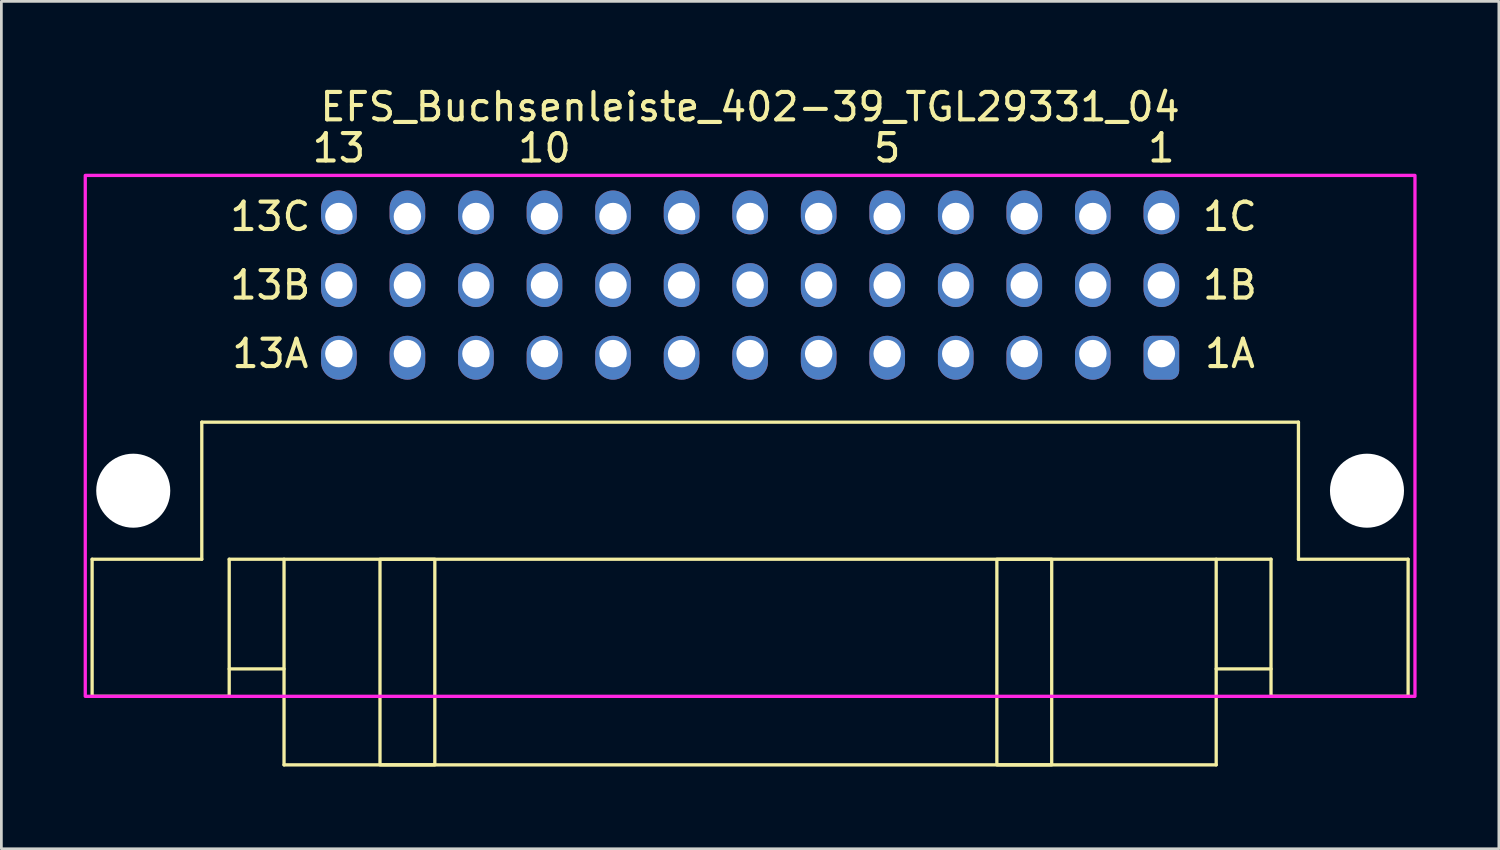
<source format=kicad_pcb>
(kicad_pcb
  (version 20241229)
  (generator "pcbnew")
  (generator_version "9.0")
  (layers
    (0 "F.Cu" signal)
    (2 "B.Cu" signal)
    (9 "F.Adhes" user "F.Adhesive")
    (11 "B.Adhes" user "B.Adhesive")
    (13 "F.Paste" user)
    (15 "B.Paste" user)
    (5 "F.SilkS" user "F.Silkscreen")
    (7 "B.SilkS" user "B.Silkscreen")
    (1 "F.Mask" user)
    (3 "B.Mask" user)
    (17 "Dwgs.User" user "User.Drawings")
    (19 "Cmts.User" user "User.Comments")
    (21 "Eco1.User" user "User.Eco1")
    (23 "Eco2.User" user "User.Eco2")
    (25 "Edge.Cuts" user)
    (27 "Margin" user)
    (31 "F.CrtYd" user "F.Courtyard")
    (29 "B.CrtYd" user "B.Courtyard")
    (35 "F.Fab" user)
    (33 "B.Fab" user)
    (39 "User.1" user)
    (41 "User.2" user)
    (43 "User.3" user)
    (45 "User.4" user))
  (footprint "EFS_Buchsenleiste_402-39_TGL29331_04"
    (layer "F.Cu")
    (at 24.31 22.348)
    (property "Reference" "EFS_Buchsenleiste_402-39_TGL29331_04" (at 0 -21.5 0) (layer "F.SilkS") (effects (font (size 1 1) (thickness 0.15))))
    (attr through_hole)
    (fp_line (start -24 -5) (end -24 0) (stroke (width 0.12) (type solid)) (layer "F.SilkS"))
    (fp_line (start -24 -5) (end -20 -5) (stroke (width 0.12) (type solid)) (layer "F.SilkS"))
    (fp_line (start -24 0) (end -19 0) (stroke (width 0.12) (type solid)) (layer "F.SilkS"))
    (fp_line (start -20 -10) (end -20 -5) (stroke (width 0.12) (type solid)) (layer "F.SilkS"))
    (fp_line (start -19 -5) (end -19 0) (stroke (width 0.12) (type solid)) (layer "F.SilkS"))
    (fp_line (start -19 -5) (end 19 -5) (stroke (width 0.12) (type solid)) (layer "F.SilkS"))
    (fp_line (start -17 -1) (end -19 -1) (stroke (width 0.12) (type solid)) (layer "F.SilkS"))
    (fp_line (start -17 2.5) (end -17 -5) (stroke (width 0.12) (type solid)) (layer "F.SilkS"))
    (fp_line (start -17 2.5) (end 17 2.5) (stroke (width 0.12) (type solid)) (layer "F.SilkS"))
    (fp_line (start 17 2.5) (end 17 -5) (stroke (width 0.12) (type solid)) (layer "F.SilkS"))
    (fp_line (start 19 -5) (end 19 0) (stroke (width 0.12) (type solid)) (layer "F.SilkS"))
    (fp_line (start 19 -1) (end 17 -1) (stroke (width 0.12) (type solid)) (layer "F.SilkS"))
    (fp_line (start 19 0) (end 24 0) (stroke (width 0.12) (type solid)) (layer "F.SilkS"))
    (fp_line (start 20 -10) (end -20 -10) (stroke (width 0.12) (type solid)) (layer "F.SilkS"))
    (fp_line (start 20 -10) (end 20 -5) (stroke (width 0.12) (type solid)) (layer "F.SilkS"))
    (fp_line (start 20 -5) (end 24 -5) (stroke (width 0.12) (type solid)) (layer "F.SilkS"))
    (fp_line (start 24 -5) (end 24 0) (stroke (width 0.12) (type solid)) (layer "F.SilkS"))
    (fp_rect (start -13.5 -5) (end -11.5 2.5) (stroke (width 0.12) (type solid)) (fill no) (layer "F.SilkS"))
    (fp_rect (start 9 -5) (end 11 2.5) (stroke (width 0.12) (type solid)) (fill no) (layer "F.SilkS"))
    (fp_rect (start -24.25 -19) (end 24.25 0) (stroke (width 0.12) (type solid)) (fill no) (layer "F.CrtYd"))
    (fp_text user "13A" (at -17.5 -12.5 180) (layer "F.SilkS") (effects (font (size 1 1) (thickness 0.15))))
    (fp_text user "10" (at -7.5 -20 180) (layer "F.SilkS") (effects (font (size 1 1) (thickness 0.15))))
    (fp_text user "5" (at 5 -20 180) (layer "F.SilkS") (effects (font (size 1 1) (thickness 0.15))))
    (fp_text user "1A" (at 17.5 -12.5 180) (layer "F.SilkS") (effects (font (size 1 1) (thickness 0.15))))
    (fp_text user "1" (at 15 -20 180) (layer "F.SilkS") (effects (font (size 1 1) (thickness 0.15))))
    (fp_text user "1C" (at 17.5 -17.5 180) (layer "F.SilkS") (effects (font (size 1 1) (thickness 0.15))))
    (fp_text user "1B" (at 17.5 -15 180) (layer "F.SilkS") (effects (font (size 1 1) (thickness 0.15))))
    (fp_text user "13C" (at -17.5 -17.5 180) (layer "F.SilkS") (effects (font (size 1 1) (thickness 0.15))))
    (fp_text user "13" (at -15 -20 180) (layer "F.SilkS") (effects (font (size 1 1) (thickness 0.15))))
    (fp_text user "13B" (at -17.5 -15 180) (layer "F.SilkS") (effects (font (size 1 1) (thickness 0.15))))
    (pad "" np_thru_hole circle (at -22.5 -7.5 180) (size 2.7 2.7) (drill 2.7) (layers "*.Cu" "*.Mask"))
    (pad "" np_thru_hole circle (at 22.5 -7.5 180) (size 2.7 2.7) (drill 2.7) (layers "*.Cu" "*.Mask"))
    (pad "1a" thru_hole roundrect (at 15 -12.5 180) (size 1.3 1.6) (drill 1 (offset 0 -0.15)) (layers "*.Cu" "*.Mask") (roundrect_rratio 0.25))
    (pad "1b" thru_hole oval (at 15 -15 180) (size 1.3 1.6) (drill 1) (layers "*.Cu" "*.Mask"))
    (pad "1c" thru_hole oval (at 15 -17.5 180) (size 1.3 1.6) (drill 1 (offset 0 0.15)) (layers "*.Cu" "*.Mask"))
    (pad "2a" thru_hole oval (at 12.5 -12.5 180) (size 1.3 1.6) (drill 1 (offset 0 -0.15)) (layers "*.Cu" "*.Mask"))
    (pad "2b" thru_hole oval (at 12.5 -15 180) (size 1.3 1.6) (drill 1) (layers "*.Cu" "*.Mask"))
    (pad "2c" thru_hole oval (at 12.5 -17.5 180) (size 1.3 1.6) (drill 1 (offset 0 0.15)) (layers "*.Cu" "*.Mask"))
    (pad "3a" thru_hole oval (at 10 -12.5 180) (size 1.3 1.6) (drill 1 (offset 0 -0.15)) (layers "*.Cu" "*.Mask"))
    (pad "3b" thru_hole oval (at 10 -15 180) (size 1.3 1.6) (drill 1) (layers "*.Cu" "*.Mask"))
    (pad "3c" thru_hole oval (at 10 -17.5 180) (size 1.3 1.6) (drill 1 (offset 0 0.15)) (layers "*.Cu" "*.Mask"))
    (pad "4a" thru_hole oval (at 7.5 -12.5 180) (size 1.3 1.6) (drill 1 (offset 0 -0.15)) (layers "*.Cu" "*.Mask"))
    (pad "4b" thru_hole oval (at 7.5 -15 180) (size 1.3 1.6) (drill 1) (layers "*.Cu" "*.Mask"))
    (pad "4c" thru_hole oval (at 7.5 -17.5 180) (size 1.3 1.6) (drill 1 (offset 0 0.15)) (layers "*.Cu" "*.Mask"))
    (pad "5a" thru_hole oval (at 5 -12.5 180) (size 1.3 1.6) (drill 1 (offset 0 -0.15)) (layers "*.Cu" "*.Mask"))
    (pad "5b" thru_hole oval (at 5 -15 180) (size 1.3 1.6) (drill 1) (layers "*.Cu" "*.Mask"))
    (pad "5c" thru_hole oval (at 5 -17.5 180) (size 1.3 1.6) (drill 1 (offset 0 0.15)) (layers "*.Cu" "*.Mask"))
    (pad "6a" thru_hole oval (at 2.5 -12.5 180) (size 1.3 1.6) (drill 1 (offset 0 -0.15)) (layers "*.Cu" "*.Mask"))
    (pad "6b" thru_hole oval (at 2.5 -15 180) (size 1.3 1.6) (drill 1) (layers "*.Cu" "*.Mask"))
    (pad "6c" thru_hole oval (at 2.5 -17.5 180) (size 1.3 1.6) (drill 1 (offset 0 0.15)) (layers "*.Cu" "*.Mask"))
    (pad "7a" thru_hole oval (at 0 -12.5 180) (size 1.3 1.6) (drill 1 (offset 0 -0.15)) (layers "*.Cu" "*.Mask"))
    (pad "7b" thru_hole oval (at 0 -15 180) (size 1.3 1.6) (drill 1) (layers "*.Cu" "*.Mask"))
    (pad "7c" thru_hole oval (at 0 -17.5 180) (size 1.3 1.6) (drill 1 (offset 0 0.15)) (layers "*.Cu" "*.Mask"))
    (pad "8a" thru_hole oval (at -2.5 -12.5 180) (size 1.3 1.6) (drill 1 (offset 0 -0.15)) (layers "*.Cu" "*.Mask"))
    (pad "8b" thru_hole oval (at -2.5 -15 180) (size 1.3 1.6) (drill 1) (layers "*.Cu" "*.Mask"))
    (pad "8c" thru_hole oval (at -2.5 -17.5 180) (size 1.3 1.6) (drill 1 (offset 0 0.15)) (layers "*.Cu" "*.Mask"))
    (pad "9a" thru_hole oval (at -5 -12.5 180) (size 1.3 1.6) (drill 1 (offset 0 -0.15)) (layers "*.Cu" "*.Mask"))
    (pad "9b" thru_hole oval (at -5 -15 180) (size 1.3 1.6) (drill 1) (layers "*.Cu" "*.Mask"))
    (pad "9c" thru_hole oval (at -5 -17.5 180) (size 1.3 1.6) (drill 1 (offset 0 0.15)) (layers "*.Cu" "*.Mask"))
    (pad "10a" thru_hole oval (at -7.5 -12.5 180) (size 1.3 1.6) (drill 1 (offset 0 -0.15)) (layers "*.Cu" "*.Mask"))
    (pad "10b" thru_hole oval (at -7.5 -15 180) (size 1.3 1.6) (drill 1) (layers "*.Cu" "*.Mask"))
    (pad "10c" thru_hole oval (at -7.5 -17.5 180) (size 1.3 1.6) (drill 1 (offset 0 0.15)) (layers "*.Cu" "*.Mask"))
    (pad "11a" thru_hole oval (at -10 -12.5 180) (size 1.3 1.6) (drill 1 (offset 0 -0.15)) (layers "*.Cu" "*.Mask"))
    (pad "11b" thru_hole oval (at -10 -15 180) (size 1.3 1.6) (drill 1) (layers "*.Cu" "*.Mask"))
    (pad "11c" thru_hole oval (at -10 -17.5 180) (size 1.3 1.6) (drill 1 (offset 0 0.15)) (layers "*.Cu" "*.Mask"))
    (pad "12a" thru_hole oval (at -12.5 -12.5 180) (size 1.3 1.6) (drill 1 (offset 0 -0.15)) (layers "*.Cu" "*.Mask"))
    (pad "12b" thru_hole oval (at -12.5 -15 180) (size 1.3 1.6) (drill 1) (layers "*.Cu" "*.Mask"))
    (pad "12c" thru_hole oval (at -12.5 -17.5 180) (size 1.3 1.6) (drill 1 (offset 0 0.15)) (layers "*.Cu" "*.Mask"))
    (pad "13a" thru_hole oval (at -15 -12.5 180) (size 1.3 1.6) (drill 1 (offset 0 -0.15)) (layers "*.Cu" "*.Mask"))
    (pad "13b" thru_hole oval (at -15 -15 180) (size 1.3 1.6) (drill 1) (layers "*.Cu" "*.Mask"))
    (pad "13c" thru_hole oval (at -15 -17.5 180) (size 1.3 1.6) (drill 1 (offset 0 0.15)) (layers "*.Cu" "*.Mask")))
  (gr_rect
    (start -3 -3)
    (end 51.62 27.908)
    (stroke (width 0.1) (type default))
    (fill no)
    (layer "Edge.Cuts")))
</source>
